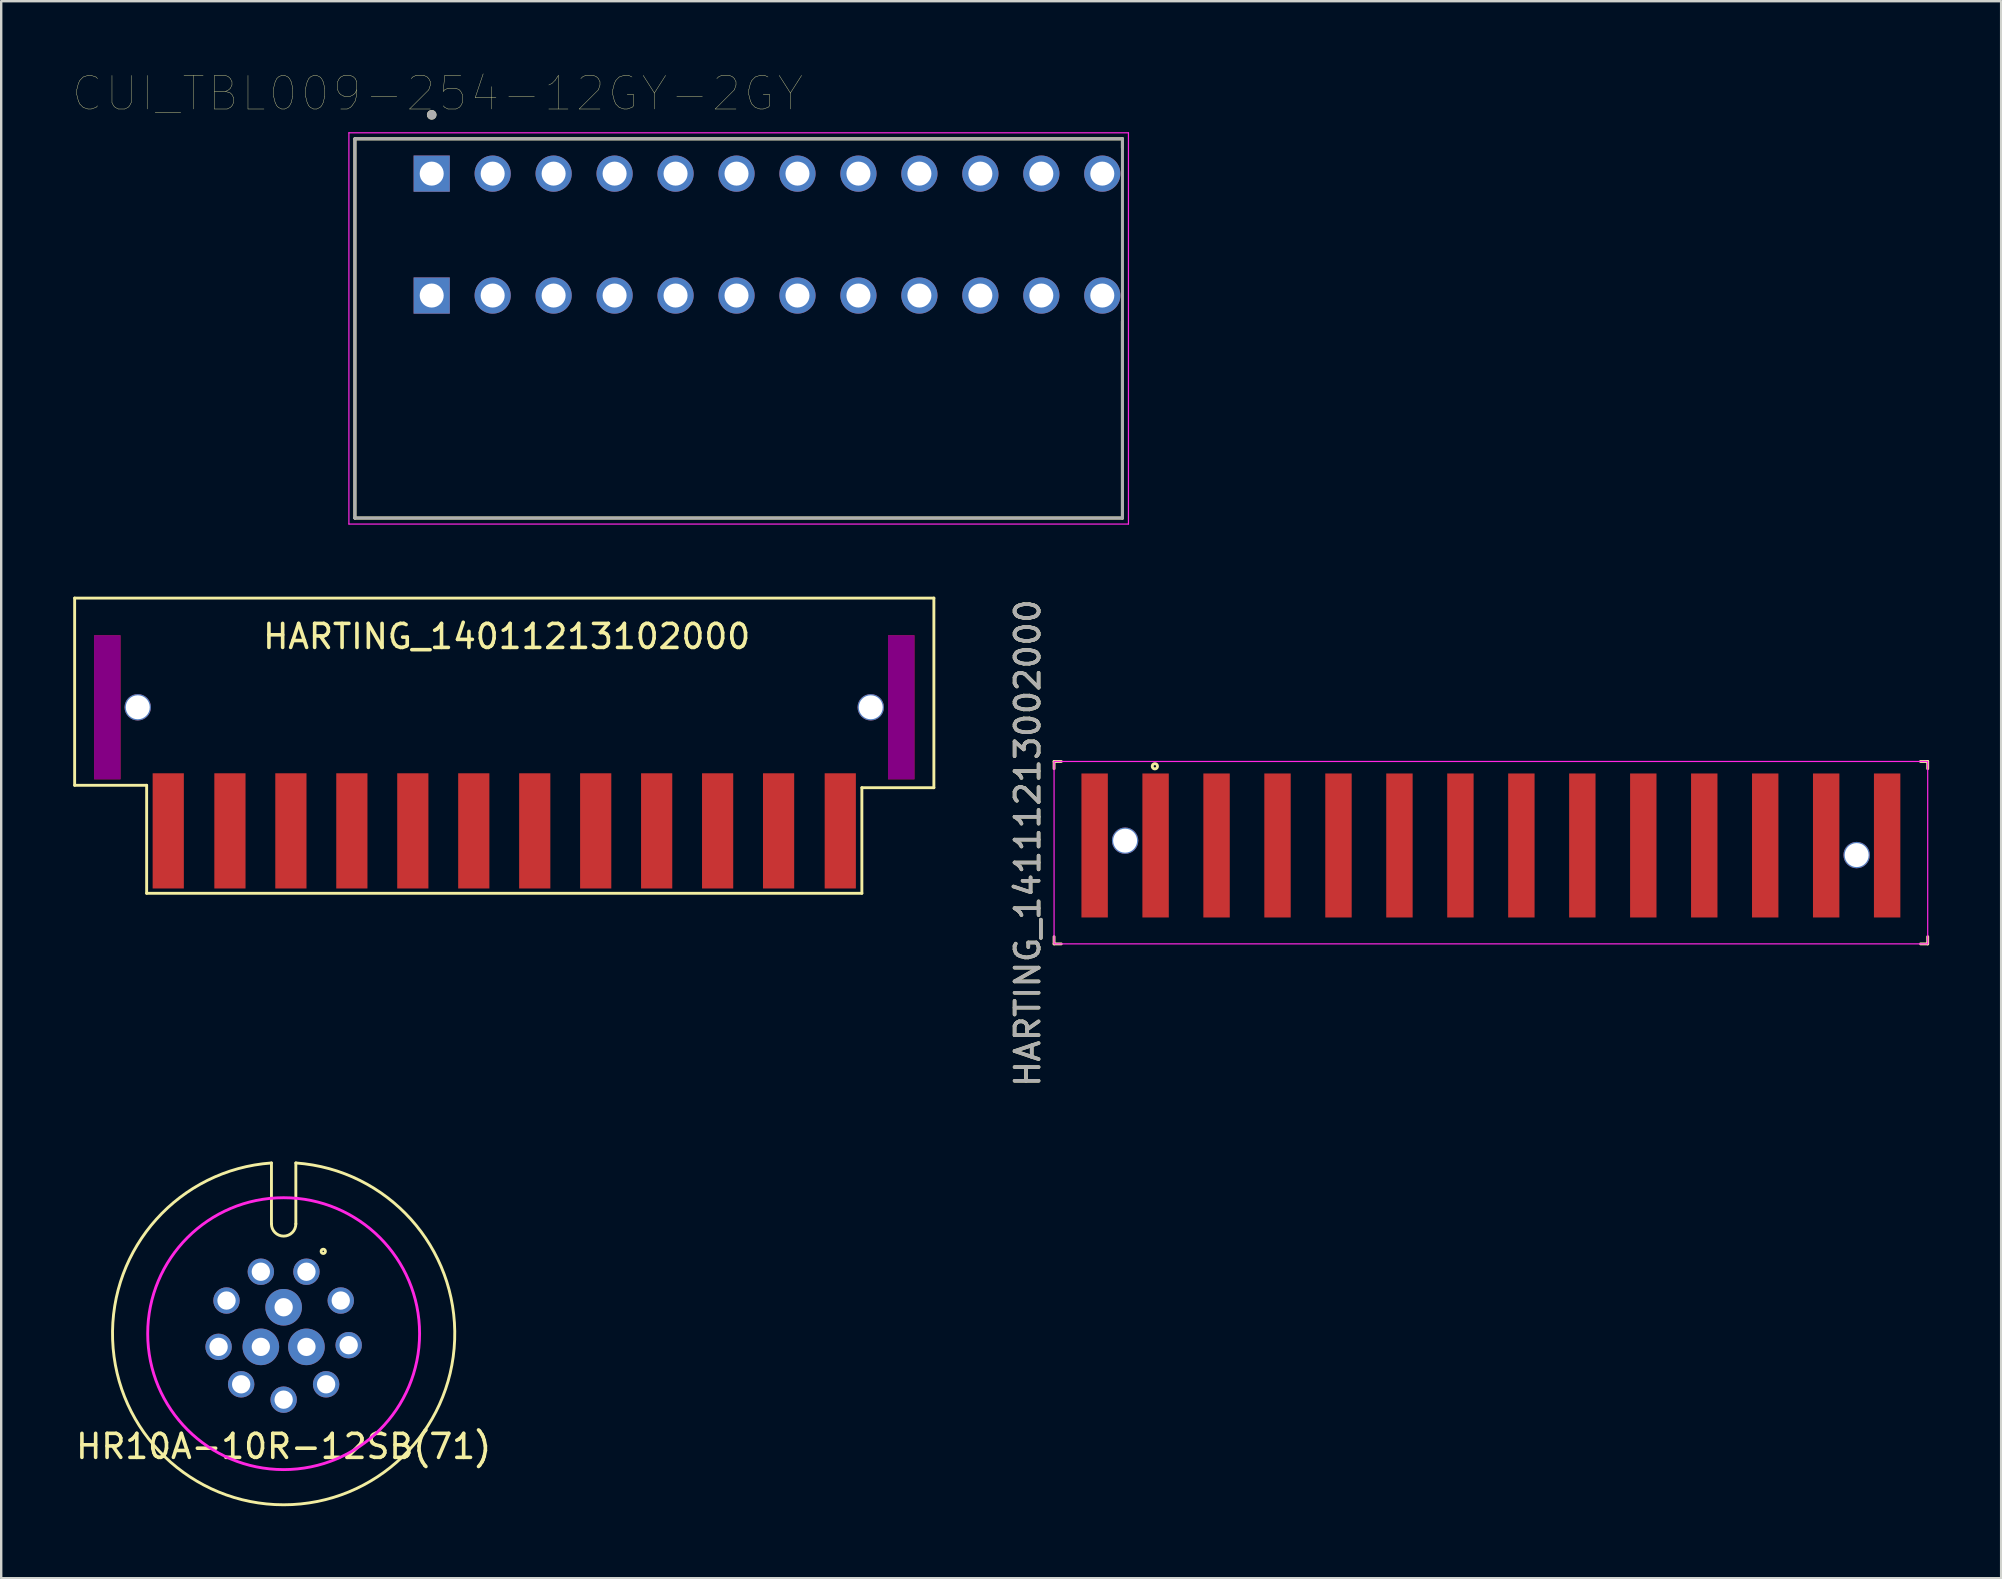
<source format=kicad_pcb>
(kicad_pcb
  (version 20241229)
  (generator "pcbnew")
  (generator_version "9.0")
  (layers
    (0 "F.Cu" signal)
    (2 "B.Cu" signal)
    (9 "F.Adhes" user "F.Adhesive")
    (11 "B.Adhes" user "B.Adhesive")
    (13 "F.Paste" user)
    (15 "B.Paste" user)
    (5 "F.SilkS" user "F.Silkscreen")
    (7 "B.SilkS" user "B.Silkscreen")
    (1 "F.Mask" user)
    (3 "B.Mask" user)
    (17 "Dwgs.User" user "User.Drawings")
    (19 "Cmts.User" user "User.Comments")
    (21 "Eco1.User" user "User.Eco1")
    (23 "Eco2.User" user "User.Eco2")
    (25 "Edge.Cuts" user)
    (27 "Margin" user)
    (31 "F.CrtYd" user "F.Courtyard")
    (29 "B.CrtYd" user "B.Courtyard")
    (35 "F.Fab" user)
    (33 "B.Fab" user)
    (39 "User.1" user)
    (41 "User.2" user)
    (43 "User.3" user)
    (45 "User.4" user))
  (footprint "HARTING_14011213102000"
    (layer "F.Cu")
    (at 17.96 27.169)
    (property "Reference" "HARTING_14011213102000" (at 0.1 -3.7 0) (layer "F.SilkS") (effects (font (size 1 1) (thickness 0.15))))
    (attr smd)
    (fp_line (start -17.9 -5.3) (end 17.9 -5.3) (stroke (width 0.12) (type solid)) (layer "F.SilkS"))
    (fp_line (start -17.9 2.5) (end -17.9 -5.3) (stroke (width 0.12) (type solid)) (layer "F.SilkS"))
    (fp_line (start -14.9 2.5) (end -17.9 2.5) (stroke (width 0.12) (type solid)) (layer "F.SilkS"))
    (fp_line (start -14.9 7) (end -14.9 2.5) (stroke (width 0.12) (type solid)) (layer "F.SilkS"))
    (fp_line (start 14.9 2.6) (end 14.9 7) (stroke (width 0.12) (type solid)) (layer "F.SilkS"))
    (fp_line (start 14.9 7) (end -14.9 7) (stroke (width 0.12) (type solid)) (layer "F.SilkS"))
    (fp_line (start 17.9 -5.3) (end 17.9 2.6) (stroke (width 0.12) (type solid)) (layer "F.SilkS"))
    (fp_line (start 17.9 2.6) (end 14.9 2.6) (stroke (width 0.12) (type solid)) (layer "F.SilkS"))
    (pad "" smd rect (at -16.54 -0.75) (size 1.1 6) (layers "F.Cu" "F.Mask" "F.Adhes" "F.Paste"))
    (pad "" np_thru_hole circle (at -15.27 -0.75) (size 1.1 1.1) (drill 1) (layers "*.Cu" "*.Mask"))
    (pad "" np_thru_hole circle (at 15.27 -0.75) (size 1.1 1.1) (drill 1) (layers "*.Cu" "*.Mask"))
    (pad "" smd rect (at 16.54 -0.75) (size 1.1 6) (layers "*.Adhes" "*.Paste" "*.Mask" "F.Cu"))
    (pad "1" smd rect (at -14 4.4) (size 1.3 4.8) (layers "F.Cu" "F.Mask" "F.Paste"))
    (pad "2" smd rect (at -11.43 4.4) (size 1.3 4.8) (layers "F.Cu" "F.Mask" "F.Paste"))
    (pad "3" smd rect (at -8.89 4.4) (size 1.3 4.8) (layers "F.Cu" "F.Mask" "F.Paste"))
    (pad "4" smd rect (at -6.35 4.4) (size 1.3 4.8) (layers "F.Cu" "F.Mask" "F.Paste"))
    (pad "5" smd rect (at -3.81 4.4) (size 1.3 4.8) (layers "F.Cu" "F.Mask" "F.Paste"))
    (pad "6" smd rect (at -1.27 4.4) (size 1.3 4.8) (layers "F.Cu" "F.Mask" "F.Paste"))
    (pad "7" smd rect (at 1.27 4.4) (size 1.3 4.8) (layers "F.Cu" "F.Mask" "F.Paste"))
    (pad "8" smd rect (at 3.81 4.4) (size 1.3 4.8) (layers "F.Cu" "F.Mask" "F.Paste"))
    (pad "9" smd rect (at 6.35 4.4) (size 1.3 4.8) (layers "F.Cu" "F.Mask" "F.Paste"))
    (pad "10" smd rect (at 8.89 4.4) (size 1.3 4.8) (layers "F.Cu" "F.Mask" "F.Paste"))
    (pad "11" smd rect (at 11.43 4.4) (size 1.3 4.8) (layers "F.Cu" "F.Mask" "F.Paste"))
    (pad "12" smd rect (at 14 4.4) (size 1.3 4.8) (layers "F.Cu" "F.Mask" "F.Paste")))
  (footprint "CUI_TBL009-254-12GY-2GY"
    (layer "F.Cu")
    (at 14.937 4.184)
    (property "Reference" "CUI_TBL009-254-12GY-2GY" (at 0.245 -3.339 0) (layer "F.SilkS") (effects (font (size 1.4 1.4) (thickness 0.015))))
    (attr through_hole)
    (fp_line (start -3.2 -1.45) (end 28.78 -1.45) (stroke (width 0.127) (type solid)) (layer "F.SilkS"))
    (fp_line (start -3.2 14.35) (end -3.2 -1.45) (stroke (width 0.127) (type solid)) (layer "F.SilkS"))
    (fp_line (start 28.78 -1.45) (end 28.78 -1.07) (stroke (width 0.127) (type solid)) (layer "F.SilkS"))
    (fp_line (start 28.78 6.15) (end 28.78 14.35) (stroke (width 0.127) (type solid)) (layer "F.SilkS"))
    (fp_line (start 28.78 14.35) (end -3.2 14.35) (stroke (width 0.127) (type solid)) (layer "F.SilkS"))
    (fp_circle (center 0 -2.45) (end 0.1 -2.45) (stroke (width 0.2) (type solid)) (fill no) (layer "F.SilkS"))
    (fp_line (start -3.45 -1.7) (end 29.03 -1.7) (stroke (width 0.05) (type solid)) (layer "F.CrtYd"))
    (fp_line (start -3.45 14.6) (end -3.45 -1.7) (stroke (width 0.05) (type solid)) (layer "F.CrtYd"))
    (fp_line (start 29.03 -1.7) (end 29.03 14.6) (stroke (width 0.05) (type solid)) (layer "F.CrtYd"))
    (fp_line (start 29.03 14.6) (end -3.45 14.6) (stroke (width 0.05) (type solid)) (layer "F.CrtYd"))
    (fp_line (start -3.2 -1.45) (end 28.78 -1.45) (stroke (width 0.127) (type solid)) (layer "F.Fab"))
    (fp_line (start -3.2 14.35) (end -3.2 -1.45) (stroke (width 0.127) (type solid)) (layer "F.Fab"))
    (fp_line (start 28.78 -1.45) (end 28.78 14.35) (stroke (width 0.127) (type solid)) (layer "F.Fab"))
    (fp_line (start 28.78 14.35) (end -3.2 14.35) (stroke (width 0.127) (type solid)) (layer "F.Fab"))
    (fp_circle (center 0 -2.45) (end 0.1 -2.45) (stroke (width 0.2) (type solid)) (fill no) (layer "F.Fab"))
    (pad "1" thru_hole rect (at 0 0) (size 1.508 1.508) (drill 1) (layers "*.Cu" "*.Mask"))
    (pad "1" thru_hole rect (at 0 5.08) (size 1.508 1.508) (drill 1) (layers "*.Cu" "*.Mask"))
    (pad "2" thru_hole circle (at 2.54 0) (size 1.508 1.508) (drill 1) (layers "*.Cu" "*.Mask"))
    (pad "2" thru_hole circle (at 2.54 5.08) (size 1.508 1.508) (drill 1) (layers "*.Cu" "*.Mask"))
    (pad "3" thru_hole circle (at 5.08 0) (size 1.508 1.508) (drill 1) (layers "*.Cu" "*.Mask"))
    (pad "3" thru_hole circle (at 5.08 5.08) (size 1.508 1.508) (drill 1) (layers "*.Cu" "*.Mask"))
    (pad "4" thru_hole circle (at 7.62 0) (size 1.508 1.508) (drill 1) (layers "*.Cu" "*.Mask"))
    (pad "4" thru_hole circle (at 7.62 5.08) (size 1.508 1.508) (drill 1) (layers "*.Cu" "*.Mask"))
    (pad "5" thru_hole circle (at 10.16 0) (size 1.508 1.508) (drill 1) (layers "*.Cu" "*.Mask"))
    (pad "5" thru_hole circle (at 10.16 5.08) (size 1.508 1.508) (drill 1) (layers "*.Cu" "*.Mask"))
    (pad "6" thru_hole circle (at 12.7 0) (size 1.508 1.508) (drill 1) (layers "*.Cu" "*.Mask"))
    (pad "6" thru_hole circle (at 12.7 5.08) (size 1.508 1.508) (drill 1) (layers "*.Cu" "*.Mask"))
    (pad "7" thru_hole circle (at 15.24 0) (size 1.508 1.508) (drill 1) (layers "*.Cu" "*.Mask"))
    (pad "7" thru_hole circle (at 15.24 5.08) (size 1.508 1.508) (drill 1) (layers "*.Cu" "*.Mask"))
    (pad "8" thru_hole circle (at 17.78 0) (size 1.508 1.508) (drill 1) (layers "*.Cu" "*.Mask"))
    (pad "8" thru_hole circle (at 17.78 5.08) (size 1.508 1.508) (drill 1) (layers "*.Cu" "*.Mask"))
    (pad "9" thru_hole circle (at 20.32 0) (size 1.508 1.508) (drill 1) (layers "*.Cu" "*.Mask"))
    (pad "9" thru_hole circle (at 20.32 5.08) (size 1.508 1.508) (drill 1) (layers "*.Cu" "*.Mask"))
    (pad "10" thru_hole circle (at 22.86 0) (size 1.508 1.508) (drill 1) (layers "*.Cu" "*.Mask"))
    (pad "10" thru_hole circle (at 22.86 5.08) (size 1.508 1.508) (drill 1) (layers "*.Cu" "*.Mask"))
    (pad "11" thru_hole circle (at 25.4 0) (size 1.508 1.508) (drill 1) (layers "*.Cu" "*.Mask"))
    (pad "11" thru_hole circle (at 25.4 5.08) (size 1.508 1.508) (drill 1) (layers "*.Cu" "*.Mask"))
    (pad "12" thru_hole circle (at 27.94 0) (size 1.508 1.508) (drill 1) (layers "*.Cu" "*.Mask"))
    (pad "12" thru_hole circle (at 27.94 5.08) (size 1.508 1.508) (drill 1) (layers "*.Cu" "*.Mask")))
  (footprint "HR10A-10R-12SB(71)"
    (layer "F.Cu")
    (at 8.768 52.517)
    (property "Reference" "HR10A-10R-12SB(71)" (at 0 4.699 0) (layer "F.SilkS") (effects (font (size 1 1) (thickness 0.15))))
    (attr through_hole)
    (fp_line (start -0.508 -7.112) (end -0.508 -4.572) (stroke (width 0.12) (type solid)) (layer "F.SilkS"))
    (fp_line (start 0.508 -4.572) (end 0.508 -7.112) (stroke (width 0.12) (type solid)) (layer "F.SilkS"))
    (fp_arc (start 0.508 -4.572) (mid 0 -4.064) (end -0.508 -4.572) (stroke (width 0.12) (type solid)) (layer "F.SilkS"))
    (fp_arc (start 0.508001 -7.111999) (mid -0.000001 7.130119) (end -0.507999 -7.111999) (stroke (width 0.12) (type solid)) (layer "F.SilkS"))
    (fp_circle (center 1.651 -3.429) (end 1.714 -3.365) (stroke (width 0.12) (type solid)) (fill no) (layer "F.SilkS"))
    (fp_circle (center 0 0) (end 1.905 5.334) (stroke (width 0.12) (type solid)) (fill no) (layer "F.CrtYd"))
    (pad "1" thru_hole circle (at 0.95 -2.58) (size 1.1 1.1) (drill 0.762) (layers "B.Cu" "B.Mask"))
    (pad "2" thru_hole circle (at 2.38 -1.38) (size 1.1 1.1) (drill 0.762) (layers "B.Cu" "B.Mask"))
    (pad "3" thru_hole circle (at 2.71 0.48) (size 1.1 1.1) (drill 0.762) (layers "B.Cu" "B.Mask"))
    (pad "4" thru_hole circle (at 1.77 2.11) (size 1.1 1.1) (drill 0.762) (layers "B.Cu" "B.Mask"))
    (pad "5" thru_hole circle (at 0 2.75) (size 1.1 1.1) (drill 0.762) (layers "*.Cu" "*.Mask"))
    (pad "6" thru_hole circle (at -1.77 2.11) (size 1.1 1.1) (drill 0.762) (layers "B.Cu" "B.Mask"))
    (pad "7" thru_hole circle (at -2.71 0.55) (size 1.1 1.1) (drill 0.762) (layers "B.Cu" "B.Mask"))
    (pad "8" thru_hole circle (at -2.38 -1.38) (size 1.1 1.1) (drill 0.762) (layers "B.Cu" "B.Mask"))
    (pad "9" thru_hole circle (at -0.95 -2.58) (size 1.1 1.1) (drill 0.762) (layers "B.Cu" "B.Mask"))
    (pad "10" thru_hole circle (at 0 -1.1) (size 1.524 1.524) (drill 0.762) (layers "*.Cu" "*.Mask"))
    (pad "11" thru_hole circle (at 0.95 0.55) (size 1.524 1.524) (drill 0.762) (layers "*.Cu" "*.Mask"))
    (pad "12" thru_hole circle (at -0.95 0.55) (size 1.524 1.524) (drill 0.762) (layers "*.Cu" "*.Mask")))
  (footprint "HARTING_14111213002000"
    (layer "F.Cu")
    (at 59.068 32.177)
    (property "Reference" "HARTING_14111213002000" (at -19.3 -0.1 90) (unlocked yes) (layer "F.SilkS") (effects (font (size 1 1) (thickness 0.15))))
    (attr smd)
    (fp_line (start -18.2 -3.5) (end -17.9 -3.5) (stroke (width 0.12) (type solid)) (layer "F.SilkS"))
    (fp_line (start -18.2 -3.2) (end -18.2 -3.5) (stroke (width 0.12) (type solid)) (layer "F.SilkS"))
    (fp_line (start -18.2 3.8) (end -18.2 4.1) (stroke (width 0.12) (type solid)) (layer "F.SilkS"))
    (fp_line (start -18.2 4.1) (end -17.9 4.1) (stroke (width 0.12) (type solid)) (layer "F.SilkS"))
    (fp_line (start 17.9 -3.5) (end 18.2 -3.5) (stroke (width 0.12) (type solid)) (layer "F.SilkS"))
    (fp_line (start 17.9 4.1) (end 18.2 4.1) (stroke (width 0.12) (type solid)) (layer "F.SilkS"))
    (fp_line (start 18.2 -3.5) (end 18.2 -3.2) (stroke (width 0.12) (type solid)) (layer "F.SilkS"))
    (fp_line (start 18.2 4.1) (end 18.2 3.8) (stroke (width 0.12) (type solid)) (layer "F.SilkS"))
    (fp_circle (center -14 -3.3) (end -13.95 -3.3) (stroke (width 0.12) (type solid)) (fill no) (layer "F.SilkS"))
    (fp_rect (start -18.2 -3.5) (end 18.2 4.1) (stroke (width 0.05) (type solid)) (fill no) (layer "F.CrtYd"))
    (fp_text user "${REFERENCE}" (at -19.3 -0.1 90) (unlocked yes) (layer "F.Fab") (effects (font (size 1 1) (thickness 0.15))))
    (pad "" smd rect (at -16.51 0) (size 1.1 6) (layers "F.Cu" "F.Mask" "F.Paste"))
    (pad "" np_thru_hole circle (at -15.24 -0.2) (size 1.1 1.1) (drill 1) (layers "*.Cu" "*.Mask"))
    (pad "" np_thru_hole circle (at 15.24 0.4 90) (size 1.1 1.1) (drill 1) (layers "*.Cu" "*.Mask"))
    (pad "" smd rect (at 16.51 0) (size 1.1 6) (layers "F.Cu" "F.Mask" "F.Paste"))
    (pad "1" smd rect (at -13.97 0) (size 1.1 6) (layers "F.Cu" "F.Mask" "F.Paste"))
    (pad "2" smd rect (at -11.43 0) (size 1.1 6) (layers "F.Cu" "F.Mask" "F.Paste"))
    (pad "3" smd rect (at -8.89 0) (size 1.1 6) (layers "F.Cu" "F.Mask" "F.Paste"))
    (pad "4" smd rect (at -6.35 0) (size 1.1 6) (layers "F.Cu" "F.Mask" "F.Paste"))
    (pad "5" smd rect (at -3.81 0) (size 1.1 6) (layers "F.Cu" "F.Mask" "F.Paste"))
    (pad "6" smd rect (at -1.27 0) (size 1.1 6) (layers "F.Cu" "F.Mask" "F.Paste"))
    (pad "7" smd rect (at 1.27 0) (size 1.1 6) (layers "F.Cu" "F.Mask" "F.Paste"))
    (pad "8" smd rect (at 3.81 0) (size 1.1 6) (layers "F.Cu" "F.Mask" "F.Paste"))
    (pad "9" smd rect (at 6.35 0) (size 1.1 6) (layers "F.Cu" "F.Mask" "F.Paste"))
    (pad "10" smd rect (at 8.89 0) (size 1.1 6) (layers "F.Cu" "F.Mask" "F.Paste"))
    (pad "11" smd rect (at 11.43 0) (size 1.1 6) (layers "F.Cu" "F.Mask" "F.Paste"))
    (pad "12" smd rect (at 13.97 0) (size 1.1 6) (layers "F.Cu" "F.Mask" "F.Paste")))
  (gr_rect
    (start -3 -3)
    (end 80.328 62.707)
    (stroke (width 0.1) (type default))
    (fill no)
    (layer "Edge.Cuts")))
</source>
